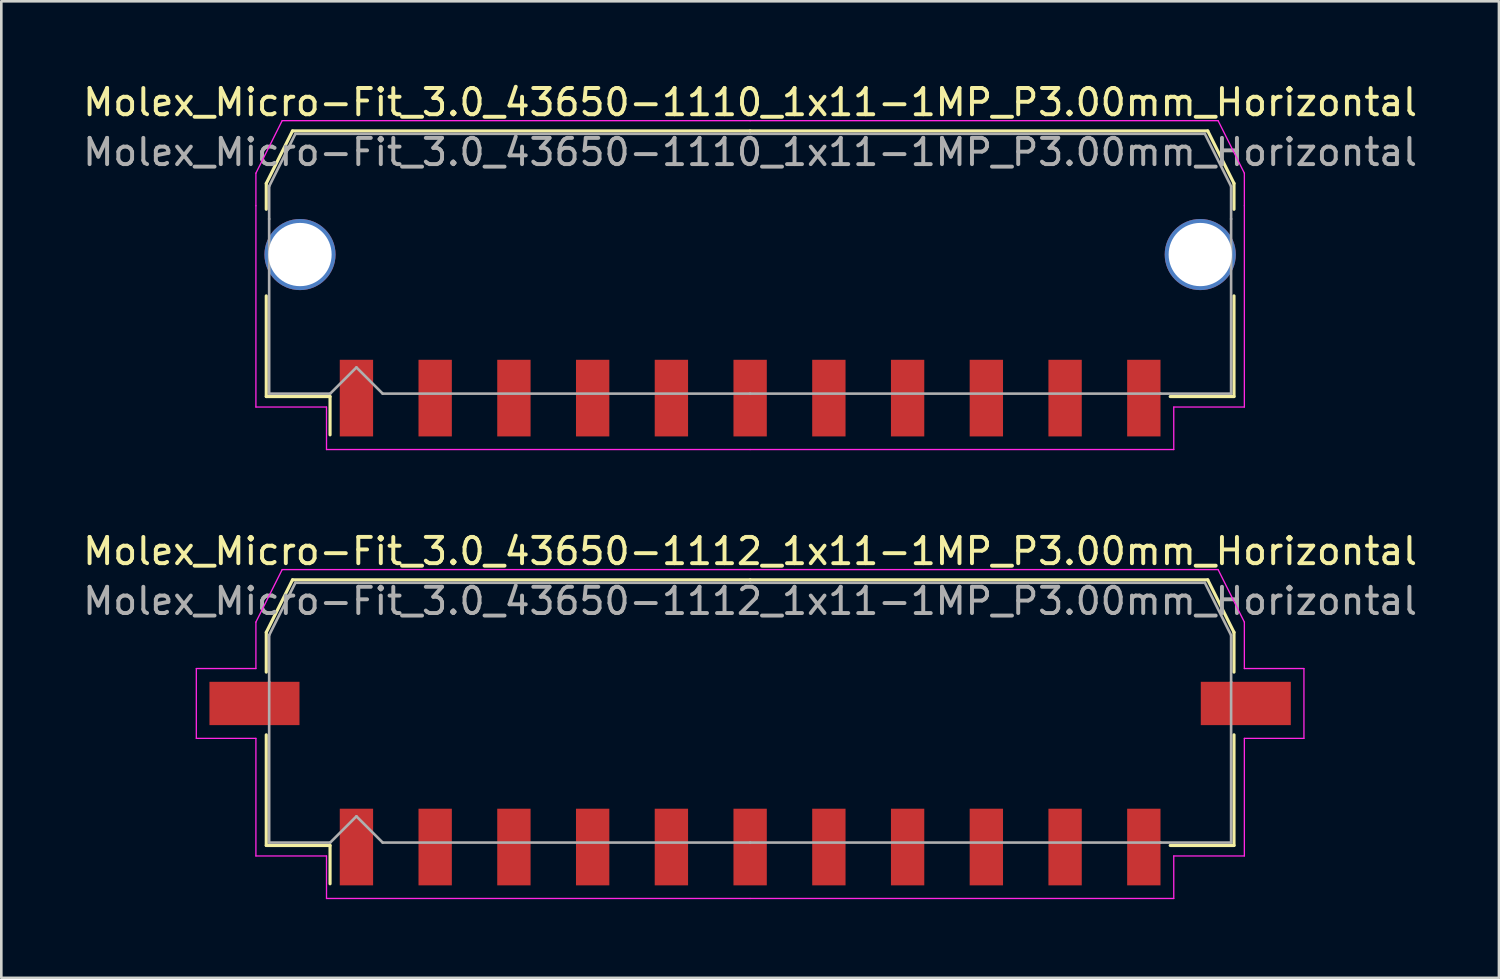
<source format=kicad_pcb>
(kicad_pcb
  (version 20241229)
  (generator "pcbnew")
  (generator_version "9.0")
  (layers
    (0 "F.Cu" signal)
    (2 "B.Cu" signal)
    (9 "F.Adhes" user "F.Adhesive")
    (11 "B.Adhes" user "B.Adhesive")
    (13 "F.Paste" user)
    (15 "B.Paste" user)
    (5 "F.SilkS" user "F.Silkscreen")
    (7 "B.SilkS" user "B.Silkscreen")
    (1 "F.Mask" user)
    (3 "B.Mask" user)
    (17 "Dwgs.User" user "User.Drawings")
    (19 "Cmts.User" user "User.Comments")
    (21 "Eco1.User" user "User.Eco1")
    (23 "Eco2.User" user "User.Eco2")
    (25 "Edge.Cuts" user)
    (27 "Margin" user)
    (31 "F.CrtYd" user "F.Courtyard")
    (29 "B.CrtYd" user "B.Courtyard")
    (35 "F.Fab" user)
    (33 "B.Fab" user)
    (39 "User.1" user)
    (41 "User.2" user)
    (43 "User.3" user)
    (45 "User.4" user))
  (footprint "Molex_Micro-Fit_3.0_43650-1112_1x11-1MP_P3.00mm_Horizontal"
    (layer "F.Cu")
    (at 25.53 24.102)
    (property "Reference" "Molex_Micro-Fit_3.0_43650-1112_1x11-1MP_P3.00mm_Horizontal" (at 0 -6.15 0) (layer "F.SilkS") (effects (font (size 1 1) (thickness 0.15))))
    (attr smd)
    (fp_line (start -18.435 -3.06) (end -18.435 -1.545) (stroke (width 0.12) (type solid)) (layer "F.SilkS"))
    (fp_line (start -18.435 0.845) (end -18.435 5.06) (stroke (width 0.12) (type solid)) (layer "F.SilkS"))
    (fp_line (start -18.435 5.06) (end -16.005 5.06) (stroke (width 0.12) (type solid)) (layer "F.SilkS"))
    (fp_line (start -17.435 -5.06) (end -18.435 -3.06) (stroke (width 0.12) (type solid)) (layer "F.SilkS"))
    (fp_line (start -16.005 5.06) (end -16.005 6.52) (stroke (width 0.12) (type solid)) (layer "F.SilkS"))
    (fp_line (start 0 -5.06) (end -17.435 -5.06) (stroke (width 0.12) (type solid)) (layer "F.SilkS"))
    (fp_line (start 0 -5.06) (end 17.435 -5.06) (stroke (width 0.12) (type solid)) (layer "F.SilkS"))
    (fp_line (start 17.435 -5.06) (end 18.435 -3.06) (stroke (width 0.12) (type solid)) (layer "F.SilkS"))
    (fp_line (start 18.435 -3.06) (end 18.435 -1.545) (stroke (width 0.12) (type solid)) (layer "F.SilkS"))
    (fp_line (start 18.435 0.845) (end 18.435 5.06) (stroke (width 0.12) (type solid)) (layer "F.SilkS"))
    (fp_line (start 18.435 5.06) (end 16.005 5.06) (stroke (width 0.12) (type solid)) (layer "F.SilkS"))
    (fp_line (start -21.1 -1.68) (end -21.1 0.98) (stroke (width 0.05) (type solid)) (layer "F.CrtYd"))
    (fp_line (start -21.1 0.98) (end -18.83 0.98) (stroke (width 0.05) (type solid)) (layer "F.CrtYd"))
    (fp_line (start -18.83 -3.45) (end -18.83 -1.68) (stroke (width 0.05) (type solid)) (layer "F.CrtYd"))
    (fp_line (start -18.83 -1.68) (end -21.1 -1.68) (stroke (width 0.05) (type solid)) (layer "F.CrtYd"))
    (fp_line (start -18.83 0.98) (end -18.83 5.46) (stroke (width 0.05) (type solid)) (layer "F.CrtYd"))
    (fp_line (start -18.83 5.46) (end -16.14 5.46) (stroke (width 0.05) (type solid)) (layer "F.CrtYd"))
    (fp_line (start -17.83 -5.45) (end -18.83 -3.45) (stroke (width 0.05) (type solid)) (layer "F.CrtYd"))
    (fp_line (start -16.14 5.46) (end -16.14 7.08) (stroke (width 0.05) (type solid)) (layer "F.CrtYd"))
    (fp_line (start -16.14 7.08) (end 0 7.08) (stroke (width 0.05) (type solid)) (layer "F.CrtYd"))
    (fp_line (start 0 -5.45) (end -17.83 -5.45) (stroke (width 0.05) (type solid)) (layer "F.CrtYd"))
    (fp_line (start 0 -5.45) (end 17.83 -5.45) (stroke (width 0.05) (type solid)) (layer "F.CrtYd"))
    (fp_line (start 16.14 5.46) (end 16.14 7.08) (stroke (width 0.05) (type solid)) (layer "F.CrtYd"))
    (fp_line (start 16.14 7.08) (end 0 7.08) (stroke (width 0.05) (type solid)) (layer "F.CrtYd"))
    (fp_line (start 17.83 -5.45) (end 18.83 -3.45) (stroke (width 0.05) (type solid)) (layer "F.CrtYd"))
    (fp_line (start 18.83 -3.45) (end 18.83 -1.68) (stroke (width 0.05) (type solid)) (layer "F.CrtYd"))
    (fp_line (start 18.83 -1.68) (end 21.1 -1.68) (stroke (width 0.05) (type solid)) (layer "F.CrtYd"))
    (fp_line (start 18.83 0.98) (end 18.83 5.46) (stroke (width 0.05) (type solid)) (layer "F.CrtYd"))
    (fp_line (start 18.83 5.46) (end 16.14 5.46) (stroke (width 0.05) (type solid)) (layer "F.CrtYd"))
    (fp_line (start 21.1 -1.68) (end 21.1 0.98) (stroke (width 0.05) (type solid)) (layer "F.CrtYd"))
    (fp_line (start 21.1 0.98) (end 18.83 0.98) (stroke (width 0.05) (type solid)) (layer "F.CrtYd"))
    (fp_line (start -18.325 -2.95) (end -18.325 -1.175) (stroke (width 0.1) (type solid)) (layer "F.Fab"))
    (fp_line (start -18.325 -1.175) (end -18.325 4.95) (stroke (width 0.1) (type solid)) (layer "F.Fab"))
    (fp_line (start -18.325 4.95) (end -16 4.95) (stroke (width 0.1) (type solid)) (layer "F.Fab"))
    (fp_line (start -17.325 -4.95) (end -18.325 -2.95) (stroke (width 0.1) (type solid)) (layer "F.Fab"))
    (fp_line (start -16 4.95) (end -15 3.95) (stroke (width 0.1) (type solid)) (layer "F.Fab"))
    (fp_line (start -15 3.95) (end -14 4.95) (stroke (width 0.1) (type solid)) (layer "F.Fab"))
    (fp_line (start -14 4.95) (end 0 4.95) (stroke (width 0.1) (type solid)) (layer "F.Fab"))
    (fp_line (start 0 -4.95) (end -17.325 -4.95) (stroke (width 0.1) (type solid)) (layer "F.Fab"))
    (fp_line (start 0 -4.95) (end 17.325 -4.95) (stroke (width 0.1) (type solid)) (layer "F.Fab"))
    (fp_line (start 15.635 4.95) (end 0 4.95) (stroke (width 0.1) (type solid)) (layer "F.Fab"))
    (fp_line (start 17.325 -4.95) (end 18.325 -2.95) (stroke (width 0.1) (type solid)) (layer "F.Fab"))
    (fp_line (start 18.325 -2.95) (end 18.325 -1.175) (stroke (width 0.1) (type solid)) (layer "F.Fab"))
    (fp_line (start 18.325 -1.175) (end 18.325 4.95) (stroke (width 0.1) (type solid)) (layer "F.Fab"))
    (fp_line (start 18.325 4.95) (end 15.635 4.95) (stroke (width 0.1) (type solid)) (layer "F.Fab"))
    (fp_text user "${REFERENCE}" (at 0 -4.25 0) (layer "F.Fab") (effects (font (size 1 1) (thickness 0.15))))
    (pad "1" smd rect (at -15 5.12) (size 1.27 2.92) (layers "F.Cu" "F.Mask" "F.Paste"))
    (pad "2" smd rect (at -12 5.12) (size 1.27 2.92) (layers "F.Cu" "F.Mask" "F.Paste"))
    (pad "3" smd rect (at -9 5.12) (size 1.27 2.92) (layers "F.Cu" "F.Mask" "F.Paste"))
    (pad "4" smd rect (at -6 5.12) (size 1.27 2.92) (layers "F.Cu" "F.Mask" "F.Paste"))
    (pad "5" smd rect (at -3 5.12) (size 1.27 2.92) (layers "F.Cu" "F.Mask" "F.Paste"))
    (pad "6" smd rect (at 0 5.12) (size 1.27 2.92) (layers "F.Cu" "F.Mask" "F.Paste"))
    (pad "7" smd rect (at 3 5.12) (size 1.27 2.92) (layers "F.Cu" "F.Mask" "F.Paste"))
    (pad "8" smd rect (at 6 5.12) (size 1.27 2.92) (layers "F.Cu" "F.Mask" "F.Paste"))
    (pad "9" smd rect (at 9 5.12) (size 1.27 2.92) (layers "F.Cu" "F.Mask" "F.Paste"))
    (pad "10" smd rect (at 12 5.12) (size 1.27 2.92) (layers "F.Cu" "F.Mask" "F.Paste"))
    (pad "11" smd rect (at 15 5.12) (size 1.27 2.92) (layers "F.Cu" "F.Mask" "F.Paste"))
    (pad "MP" smd rect (at -18.885 -0.35) (size 3.43 1.65) (layers "F.Cu" "F.Mask" "F.Paste"))
    (pad "MP" smd rect (at 18.885 -0.35) (size 3.43 1.65) (layers "F.Cu" "F.Mask" "F.Paste")))
  (footprint "Molex_Micro-Fit_3.0_43650-1110_1x11-1MP_P3.00mm_Horizontal"
    (layer "F.Cu")
    (at 25.53 6.998)
    (property "Reference" "Molex_Micro-Fit_3.0_43650-1110_1x11-1MP_P3.00mm_Horizontal" (at 0 -6.15 0) (layer "F.SilkS") (effects (font (size 1 1) (thickness 0.15))))
    (attr smd)
    (fp_line (start -18.435 -3.06) (end -18.435 -2.075) (stroke (width 0.12) (type solid)) (layer "F.SilkS"))
    (fp_line (start -18.435 1.225) (end -18.435 5.06) (stroke (width 0.12) (type solid)) (layer "F.SilkS"))
    (fp_line (start -18.435 5.06) (end -16.005 5.06) (stroke (width 0.12) (type solid)) (layer "F.SilkS"))
    (fp_line (start -17.435 -5.06) (end -18.435 -3.06) (stroke (width 0.12) (type solid)) (layer "F.SilkS"))
    (fp_line (start -16.005 5.06) (end -16.005 6.52) (stroke (width 0.12) (type solid)) (layer "F.SilkS"))
    (fp_line (start 0 -5.06) (end -17.435 -5.06) (stroke (width 0.12) (type solid)) (layer "F.SilkS"))
    (fp_line (start 0 -5.06) (end 17.435 -5.06) (stroke (width 0.12) (type solid)) (layer "F.SilkS"))
    (fp_line (start 17.435 -5.06) (end 18.435 -3.06) (stroke (width 0.12) (type solid)) (layer "F.SilkS"))
    (fp_line (start 18.435 -3.06) (end 18.435 -2.075) (stroke (width 0.12) (type solid)) (layer "F.SilkS"))
    (fp_line (start 18.435 1.225) (end 18.435 5.06) (stroke (width 0.12) (type solid)) (layer "F.SilkS"))
    (fp_line (start 18.435 5.06) (end 16.005 5.06) (stroke (width 0.12) (type solid)) (layer "F.SilkS"))
    (fp_line (start -18.83 -3.45) (end -18.83 -2.21) (stroke (width 0.05) (type solid)) (layer "F.CrtYd"))
    (fp_line (start -18.83 -2.21) (end -18.83 5.46) (stroke (width 0.05) (type solid)) (layer "F.CrtYd"))
    (fp_line (start -18.83 5.46) (end -16.14 5.46) (stroke (width 0.05) (type solid)) (layer "F.CrtYd"))
    (fp_line (start -17.83 -5.45) (end -18.83 -3.45) (stroke (width 0.05) (type solid)) (layer "F.CrtYd"))
    (fp_line (start -16.14 5.46) (end -16.14 7.08) (stroke (width 0.05) (type solid)) (layer "F.CrtYd"))
    (fp_line (start -16.14 7.08) (end 0 7.08) (stroke (width 0.05) (type solid)) (layer "F.CrtYd"))
    (fp_line (start 0 -5.45) (end -17.83 -5.45) (stroke (width 0.05) (type solid)) (layer "F.CrtYd"))
    (fp_line (start 0 -5.45) (end 17.83 -5.45) (stroke (width 0.05) (type solid)) (layer "F.CrtYd"))
    (fp_line (start 16.14 5.46) (end 16.14 7.08) (stroke (width 0.05) (type solid)) (layer "F.CrtYd"))
    (fp_line (start 16.14 7.08) (end 0 7.08) (stroke (width 0.05) (type solid)) (layer "F.CrtYd"))
    (fp_line (start 17.83 -5.45) (end 18.83 -3.45) (stroke (width 0.05) (type solid)) (layer "F.CrtYd"))
    (fp_line (start 18.83 -3.45) (end 18.83 -2.21) (stroke (width 0.05) (type solid)) (layer "F.CrtYd"))
    (fp_line (start 18.83 -2.21) (end 18.83 5.46) (stroke (width 0.05) (type solid)) (layer "F.CrtYd"))
    (fp_line (start 18.83 5.46) (end 16.14 5.46) (stroke (width 0.05) (type solid)) (layer "F.CrtYd"))
    (fp_line (start -18.325 -2.95) (end -18.325 -1.705) (stroke (width 0.1) (type solid)) (layer "F.Fab"))
    (fp_line (start -18.325 -1.705) (end -18.325 4.95) (stroke (width 0.1) (type solid)) (layer "F.Fab"))
    (fp_line (start -18.325 4.95) (end -16 4.95) (stroke (width 0.1) (type solid)) (layer "F.Fab"))
    (fp_line (start -17.325 -4.95) (end -18.325 -2.95) (stroke (width 0.1) (type solid)) (layer "F.Fab"))
    (fp_line (start -16 4.95) (end -15 3.95) (stroke (width 0.1) (type solid)) (layer "F.Fab"))
    (fp_line (start -15 3.95) (end -14 4.95) (stroke (width 0.1) (type solid)) (layer "F.Fab"))
    (fp_line (start -14 4.95) (end 0 4.95) (stroke (width 0.1) (type solid)) (layer "F.Fab"))
    (fp_line (start 0 -4.95) (end -17.325 -4.95) (stroke (width 0.1) (type solid)) (layer "F.Fab"))
    (fp_line (start 0 -4.95) (end 17.325 -4.95) (stroke (width 0.1) (type solid)) (layer "F.Fab"))
    (fp_line (start 15.635 4.95) (end 0 4.95) (stroke (width 0.1) (type solid)) (layer "F.Fab"))
    (fp_line (start 17.325 -4.95) (end 18.325 -2.95) (stroke (width 0.1) (type solid)) (layer "F.Fab"))
    (fp_line (start 18.325 -2.95) (end 18.325 -1.705) (stroke (width 0.1) (type solid)) (layer "F.Fab"))
    (fp_line (start 18.325 -1.705) (end 18.325 4.95) (stroke (width 0.1) (type solid)) (layer "F.Fab"))
    (fp_line (start 18.325 4.95) (end 15.635 4.95) (stroke (width 0.1) (type solid)) (layer "F.Fab"))
    (fp_text user "${REFERENCE}" (at 0 -4.25 0) (layer "F.Fab") (effects (font (size 1 1) (thickness 0.15))))
    (pad "1" smd rect (at -15 5.12) (size 1.27 2.92) (layers "F.Cu" "F.Mask" "F.Paste"))
    (pad "2" smd rect (at -12 5.12) (size 1.27 2.92) (layers "F.Cu" "F.Mask" "F.Paste"))
    (pad "3" smd rect (at -9 5.12) (size 1.27 2.92) (layers "F.Cu" "F.Mask" "F.Paste"))
    (pad "4" smd rect (at -6 5.12) (size 1.27 2.92) (layers "F.Cu" "F.Mask" "F.Paste"))
    (pad "5" smd rect (at -3 5.12) (size 1.27 2.92) (layers "F.Cu" "F.Mask" "F.Paste"))
    (pad "6" smd rect (at 0 5.12) (size 1.27 2.92) (layers "F.Cu" "F.Mask" "F.Paste"))
    (pad "7" smd rect (at 3 5.12) (size 1.27 2.92) (layers "F.Cu" "F.Mask" "F.Paste"))
    (pad "8" smd rect (at 6 5.12) (size 1.27 2.92) (layers "F.Cu" "F.Mask" "F.Paste"))
    (pad "9" smd rect (at 9 5.12) (size 1.27 2.92) (layers "F.Cu" "F.Mask" "F.Paste"))
    (pad "10" smd rect (at 12 5.12) (size 1.27 2.92) (layers "F.Cu" "F.Mask" "F.Paste"))
    (pad "11" smd rect (at 15 5.12) (size 1.27 2.92) (layers "F.Cu" "F.Mask" "F.Paste"))
    (pad "MP" thru_hole circle (at -17.15 -0.35) (size 2.71 2.71) (drill 2.41) (property pad_prop_heatsink) (layers "*.Cu" "*.Mask"))
    (pad "MP" thru_hole circle (at 17.15 -0.35) (size 2.71 2.71) (drill 2.41) (property pad_prop_heatsink) (layers "*.Cu" "*.Mask")))
  (gr_rect
    (start -3 -3)
    (end 54.06 34.206)
    (stroke (width 0.1) (type default))
    (fill no)
    (layer "Edge.Cuts")))
</source>
